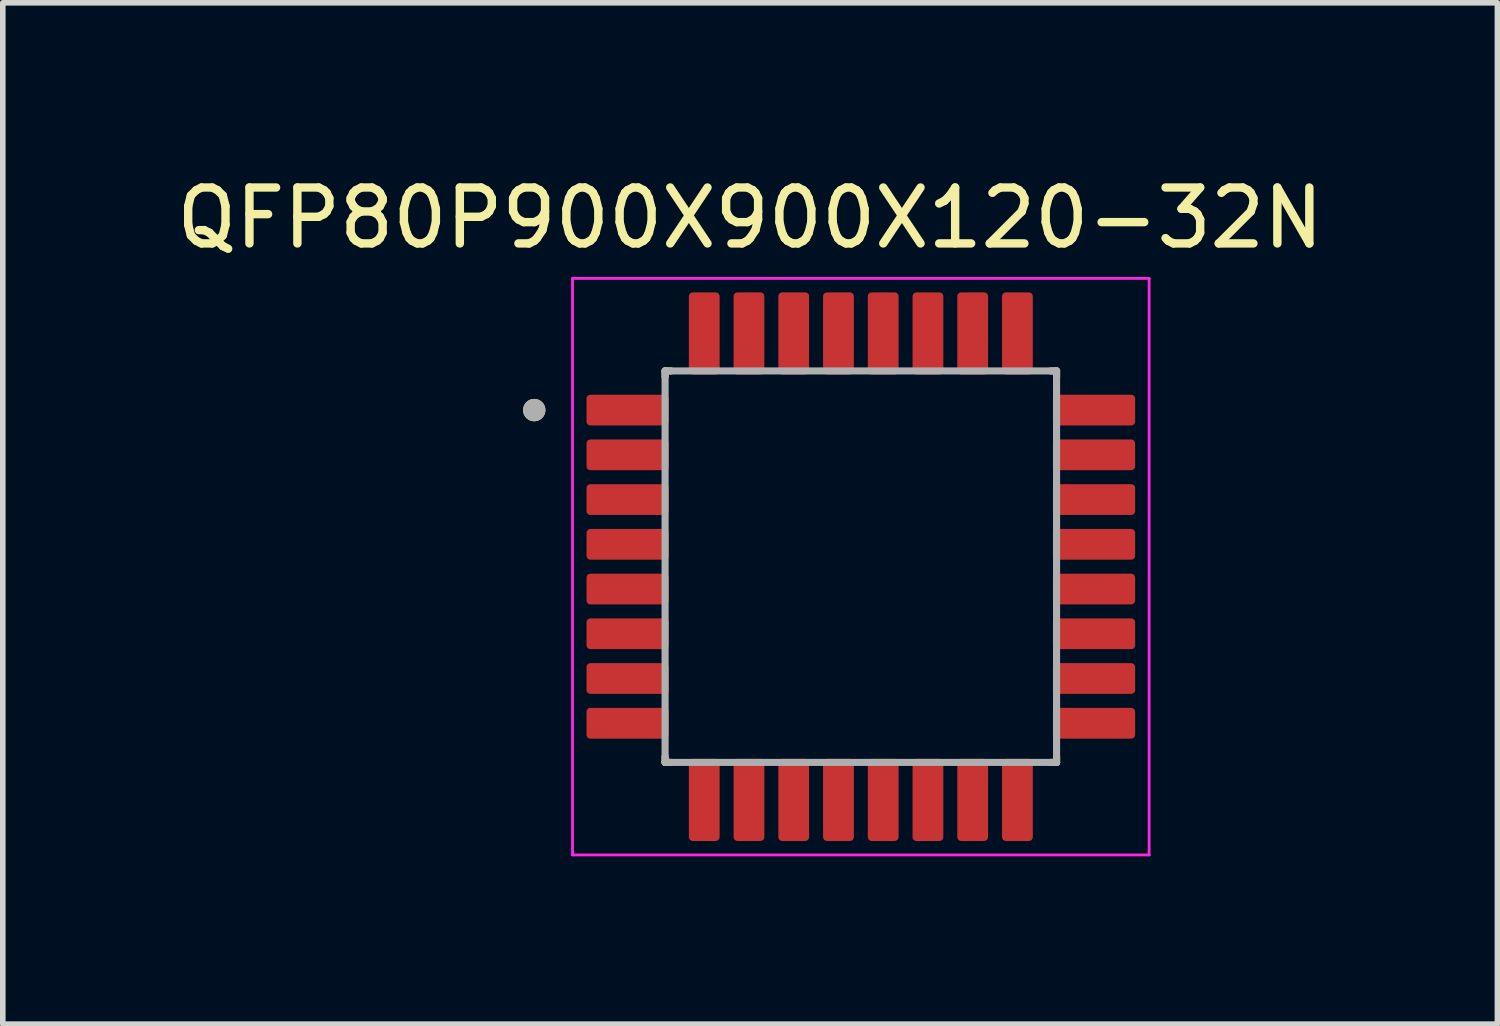
<source format=kicad_pcb>
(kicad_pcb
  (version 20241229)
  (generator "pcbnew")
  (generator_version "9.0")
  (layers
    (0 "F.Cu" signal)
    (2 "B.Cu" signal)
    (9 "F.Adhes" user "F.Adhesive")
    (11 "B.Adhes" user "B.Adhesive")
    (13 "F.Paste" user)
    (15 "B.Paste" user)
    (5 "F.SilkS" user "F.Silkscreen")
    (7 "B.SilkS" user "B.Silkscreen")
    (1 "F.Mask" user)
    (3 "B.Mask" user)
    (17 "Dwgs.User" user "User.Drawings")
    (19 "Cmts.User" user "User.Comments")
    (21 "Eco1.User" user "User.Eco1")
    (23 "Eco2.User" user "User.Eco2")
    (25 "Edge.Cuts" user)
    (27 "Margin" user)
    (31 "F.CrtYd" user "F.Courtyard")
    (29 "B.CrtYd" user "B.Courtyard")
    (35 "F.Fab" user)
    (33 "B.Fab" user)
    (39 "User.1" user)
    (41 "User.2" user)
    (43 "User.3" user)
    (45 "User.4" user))
  (footprint "QFP80P900X900X120-32N"
    (layer "F.Cu")
    (at 12.343 7.083)
    (property "Reference" "QFP80P900X900X120-32N" (at -1.98 -6.235 0) (layer "F.SilkS") (effects (font (size 1 1) (thickness 0.15))))
    (attr smd)
    (fp_line (start -3.5 -3.5) (end -3.5 -3.395) (stroke (width 0.127) (type solid)) (layer "F.SilkS"))
    (fp_line (start -3.5 -3.5) (end -3.395 -3.5) (stroke (width 0.127) (type solid)) (layer "F.SilkS"))
    (fp_line (start -3.5 3.5) (end -3.5 3.395) (stroke (width 0.127) (type solid)) (layer "F.SilkS"))
    (fp_line (start -3.5 3.5) (end -3.395 3.5) (stroke (width 0.127) (type solid)) (layer "F.SilkS"))
    (fp_line (start 3.5 -3.5) (end 3.395 -3.5) (stroke (width 0.127) (type solid)) (layer "F.SilkS"))
    (fp_line (start 3.5 -3.5) (end 3.5 -3.395) (stroke (width 0.127) (type solid)) (layer "F.SilkS"))
    (fp_line (start 3.5 3.5) (end 3.395 3.5) (stroke (width 0.127) (type solid)) (layer "F.SilkS"))
    (fp_line (start 3.5 3.5) (end 3.5 3.395) (stroke (width 0.127) (type solid)) (layer "F.SilkS"))
    (fp_circle (center -5.84 -2.8) (end -5.74 -2.8) (stroke (width 0.2) (type solid)) (fill no) (layer "F.SilkS"))
    (fp_line (start -5.155 -5.155) (end 5.155 -5.155) (stroke (width 0.05) (type solid)) (layer "F.CrtYd"))
    (fp_line (start -5.155 5.155) (end -5.155 -5.155) (stroke (width 0.05) (type solid)) (layer "F.CrtYd"))
    (fp_line (start -5.155 5.155) (end 5.155 5.155) (stroke (width 0.05) (type solid)) (layer "F.CrtYd"))
    (fp_line (start 5.155 5.155) (end 5.155 -5.155) (stroke (width 0.05) (type solid)) (layer "F.CrtYd"))
    (fp_line (start -3.5 3.5) (end -3.5 -3.5) (stroke (width 0.127) (type solid)) (layer "F.Fab"))
    (fp_line (start 3.5 -3.5) (end -3.5 -3.5) (stroke (width 0.127) (type solid)) (layer "F.Fab"))
    (fp_line (start 3.5 3.5) (end -3.5 3.5) (stroke (width 0.127) (type solid)) (layer "F.Fab"))
    (fp_line (start 3.5 3.5) (end 3.5 -3.5) (stroke (width 0.127) (type solid)) (layer "F.Fab"))
    (fp_circle (center -5.84 -2.8) (end -5.74 -2.8) (stroke (width 0.2) (type solid)) (fill no) (layer "F.Fab"))
    (pad "1" smd roundrect (at -4.17 -2.8) (size 1.47 0.55) (layers "F.Cu" "F.Mask" "F.Paste") (roundrect_rratio 0.125))
    (pad "2" smd roundrect (at -4.17 -2) (size 1.47 0.55) (layers "F.Cu" "F.Mask" "F.Paste") (roundrect_rratio 0.125))
    (pad "3" smd roundrect (at -4.17 -1.2) (size 1.47 0.55) (layers "F.Cu" "F.Mask" "F.Paste") (roundrect_rratio 0.125))
    (pad "4" smd roundrect (at -4.17 -0.4) (size 1.47 0.55) (layers "F.Cu" "F.Mask" "F.Paste") (roundrect_rratio 0.125))
    (pad "5" smd roundrect (at -4.17 0.4) (size 1.47 0.55) (layers "F.Cu" "F.Mask" "F.Paste") (roundrect_rratio 0.125))
    (pad "6" smd roundrect (at -4.17 1.2) (size 1.47 0.55) (layers "F.Cu" "F.Mask" "F.Paste") (roundrect_rratio 0.125))
    (pad "7" smd roundrect (at -4.17 2) (size 1.47 0.55) (layers "F.Cu" "F.Mask" "F.Paste") (roundrect_rratio 0.125))
    (pad "8" smd roundrect (at -4.17 2.8) (size 1.47 0.55) (layers "F.Cu" "F.Mask" "F.Paste") (roundrect_rratio 0.125))
    (pad "9" smd roundrect (at -2.8 4.17 90) (size 1.47 0.55) (layers "F.Cu" "F.Mask" "F.Paste") (roundrect_rratio 0.125))
    (pad "10" smd roundrect (at -2 4.17 90) (size 1.47 0.55) (layers "F.Cu" "F.Mask" "F.Paste") (roundrect_rratio 0.125))
    (pad "11" smd roundrect (at -1.2 4.17 90) (size 1.47 0.55) (layers "F.Cu" "F.Mask" "F.Paste") (roundrect_rratio 0.125))
    (pad "12" smd roundrect (at -0.4 4.17 90) (size 1.47 0.55) (layers "F.Cu" "F.Mask" "F.Paste") (roundrect_rratio 0.125))
    (pad "13" smd roundrect (at 0.4 4.17 90) (size 1.47 0.55) (layers "F.Cu" "F.Mask" "F.Paste") (roundrect_rratio 0.125))
    (pad "14" smd roundrect (at 1.2 4.17 90) (size 1.47 0.55) (layers "F.Cu" "F.Mask" "F.Paste") (roundrect_rratio 0.125))
    (pad "15" smd roundrect (at 2 4.17 90) (size 1.47 0.55) (layers "F.Cu" "F.Mask" "F.Paste") (roundrect_rratio 0.125))
    (pad "16" smd roundrect (at 2.8 4.17 90) (size 1.47 0.55) (layers "F.Cu" "F.Mask" "F.Paste") (roundrect_rratio 0.125))
    (pad "17" smd roundrect (at 4.17 2.8) (size 1.47 0.55) (layers "F.Cu" "F.Mask" "F.Paste") (roundrect_rratio 0.125))
    (pad "18" smd roundrect (at 4.17 2) (size 1.47 0.55) (layers "F.Cu" "F.Mask" "F.Paste") (roundrect_rratio 0.125))
    (pad "19" smd roundrect (at 4.17 1.2) (size 1.47 0.55) (layers "F.Cu" "F.Mask" "F.Paste") (roundrect_rratio 0.125))
    (pad "20" smd roundrect (at 4.17 0.4) (size 1.47 0.55) (layers "F.Cu" "F.Mask" "F.Paste") (roundrect_rratio 0.125))
    (pad "21" smd roundrect (at 4.17 -0.4) (size 1.47 0.55) (layers "F.Cu" "F.Mask" "F.Paste") (roundrect_rratio 0.125))
    (pad "22" smd roundrect (at 4.17 -1.2) (size 1.47 0.55) (layers "F.Cu" "F.Mask" "F.Paste") (roundrect_rratio 0.125))
    (pad "23" smd roundrect (at 4.17 -2) (size 1.47 0.55) (layers "F.Cu" "F.Mask" "F.Paste") (roundrect_rratio 0.125))
    (pad "24" smd roundrect (at 4.17 -2.8) (size 1.47 0.55) (layers "F.Cu" "F.Mask" "F.Paste") (roundrect_rratio 0.125))
    (pad "25" smd roundrect (at 2.8 -4.17 90) (size 1.47 0.55) (layers "F.Cu" "F.Mask" "F.Paste") (roundrect_rratio 0.125))
    (pad "26" smd roundrect (at 2 -4.17 90) (size 1.47 0.55) (layers "F.Cu" "F.Mask" "F.Paste") (roundrect_rratio 0.125))
    (pad "27" smd roundrect (at 1.2 -4.17 90) (size 1.47 0.55) (layers "F.Cu" "F.Mask" "F.Paste") (roundrect_rratio 0.125))
    (pad "28" smd roundrect (at 0.4 -4.17 90) (size 1.47 0.55) (layers "F.Cu" "F.Mask" "F.Paste") (roundrect_rratio 0.125))
    (pad "29" smd roundrect (at -0.4 -4.17 90) (size 1.47 0.55) (layers "F.Cu" "F.Mask" "F.Paste") (roundrect_rratio 0.125))
    (pad "30" smd roundrect (at -1.2 -4.17 90) (size 1.47 0.55) (layers "F.Cu" "F.Mask" "F.Paste") (roundrect_rratio 0.125))
    (pad "31" smd roundrect (at -2 -4.17 90) (size 1.47 0.55) (layers "F.Cu" "F.Mask" "F.Paste") (roundrect_rratio 0.125))
    (pad "32" smd roundrect (at -2.8 -4.17 90) (size 1.47 0.55) (layers "F.Cu" "F.Mask" "F.Paste") (roundrect_rratio 0.125)))
  (gr_rect
    (start -3 -3)
    (end 23.726 15.263)
    (stroke (width 0.1) (type default))
    (fill no)
    (layer "Edge.Cuts")))
</source>
